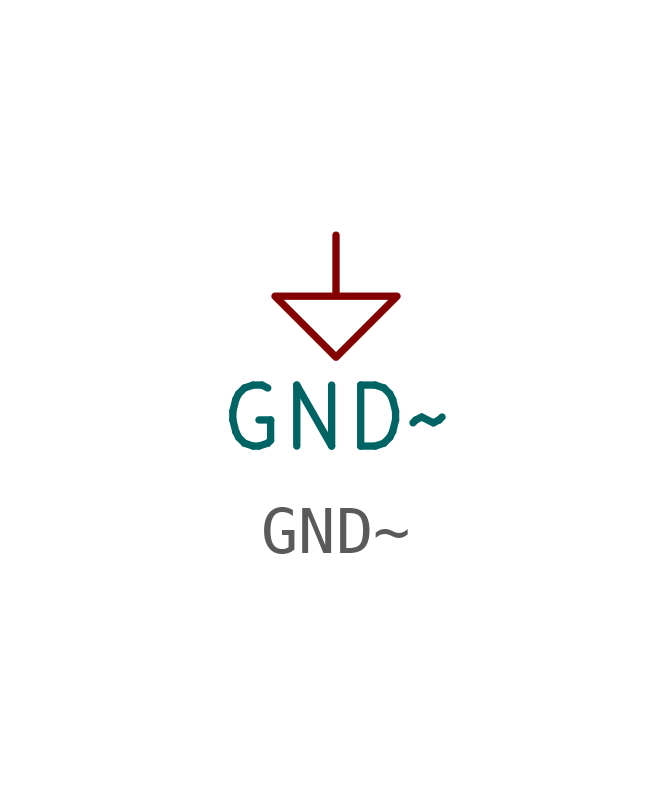
<source format=kicad_sym>
(kicad_symbol_lib
  (version 20220914)
  (generator kicad_symbol_editor)
  (symbol "GND~"
    (power)
    (pin_names
      (offset 0))
    (property "Reference" "#PWR"
      (at 0 -6.35 0)
      (effects (font (size 1.27 1.27)) hide))
    (property "Value" "GND~"
      (at 0 -3.81 0)
      (effects (font (size 1.27 1.27))))
    (symbol "GND~_0_1"
      (polyline (pts (xy 0 0) (xy 0 -1.27) (xy 1.27 -1.27) (xy 0 -2.54) (xy -1.27 -1.27) (xy 0 -1.27)) (stroke (width 0) (type default)) (fill (type none))))
    (symbol "GND~_1_1"
      (pin power_in line (at 0 0 270) (length 0) hide (name "GND~" (effects (font (size 1.27 1.27)))) (number "1" (effects (font (size 1.27 1.27))))))))
</source>
